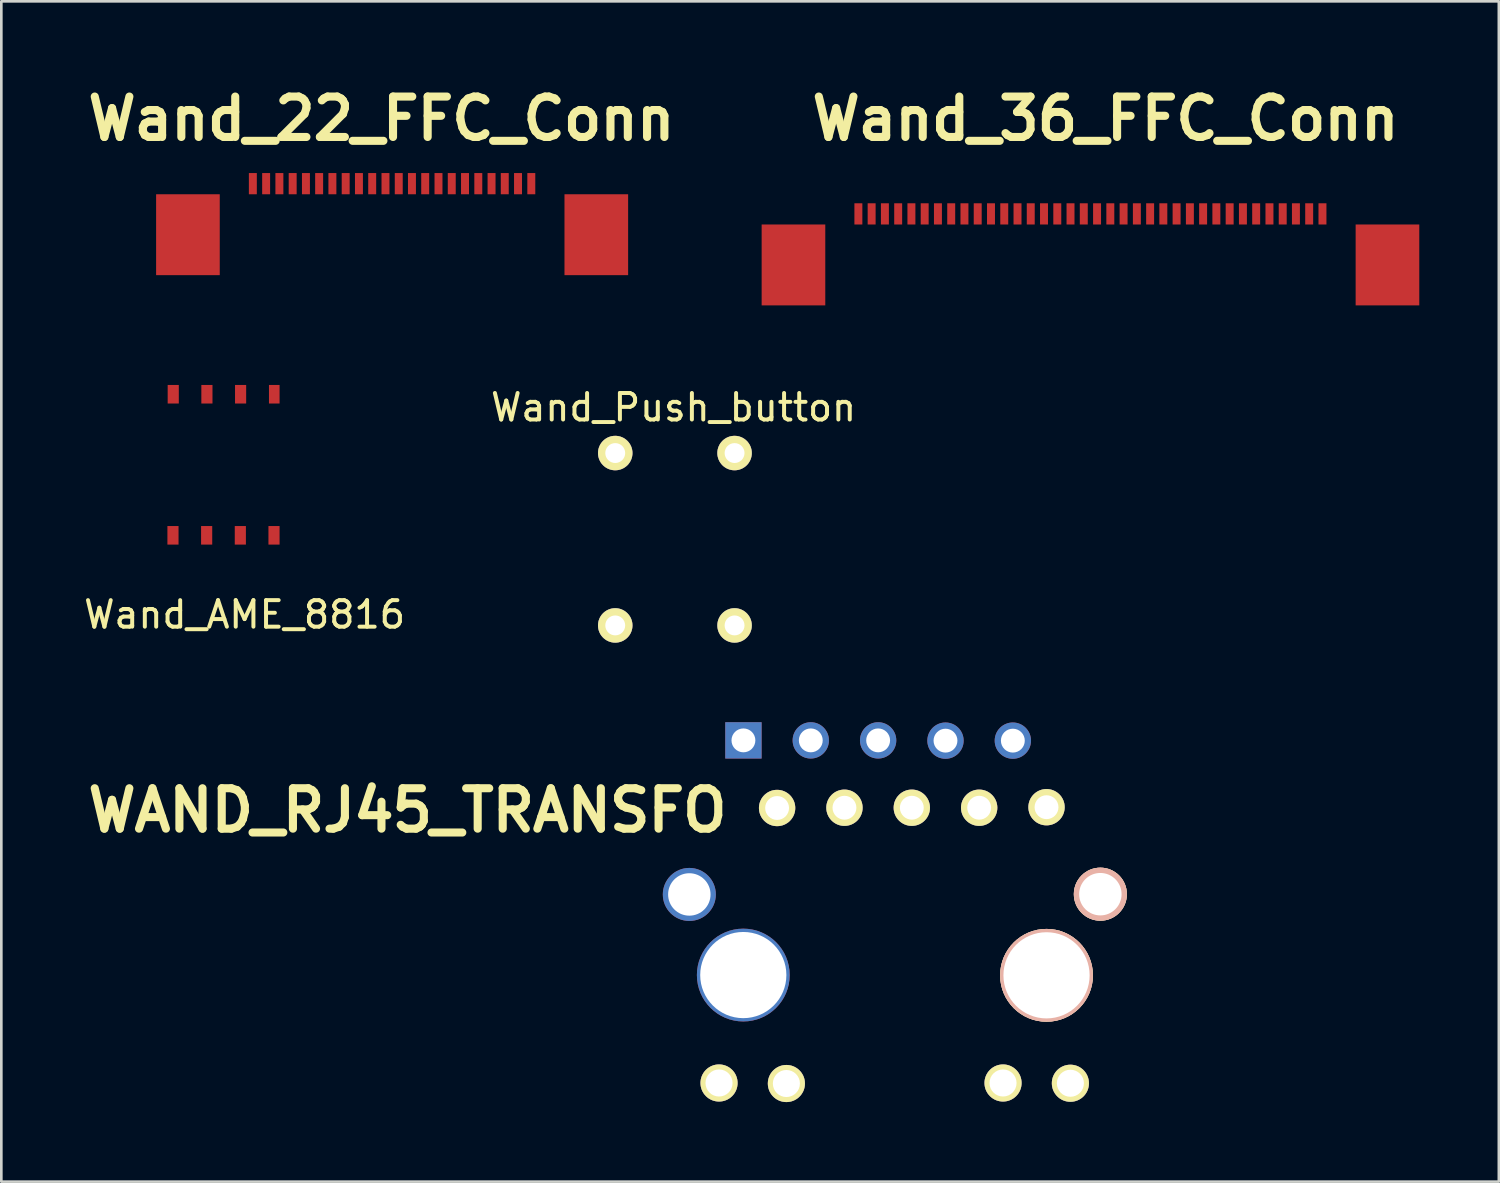
<source format=kicad_pcb>
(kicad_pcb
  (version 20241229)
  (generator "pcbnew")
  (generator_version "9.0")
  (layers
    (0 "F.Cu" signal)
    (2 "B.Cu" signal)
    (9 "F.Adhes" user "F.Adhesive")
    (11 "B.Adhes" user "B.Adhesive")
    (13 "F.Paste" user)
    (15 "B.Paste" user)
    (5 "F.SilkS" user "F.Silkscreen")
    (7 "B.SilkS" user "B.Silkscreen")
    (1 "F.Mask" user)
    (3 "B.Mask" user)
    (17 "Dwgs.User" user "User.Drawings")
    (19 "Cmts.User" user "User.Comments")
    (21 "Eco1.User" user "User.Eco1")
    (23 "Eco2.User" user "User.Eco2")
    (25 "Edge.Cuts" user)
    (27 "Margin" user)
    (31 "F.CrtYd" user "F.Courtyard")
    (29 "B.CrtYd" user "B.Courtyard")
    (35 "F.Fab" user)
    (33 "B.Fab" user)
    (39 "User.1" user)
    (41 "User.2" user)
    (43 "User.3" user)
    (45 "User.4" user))
  (footprint "WAND_RJ45_TRANSFO"
    (layer "F.Cu")
    (at 34.505 24.83)
    (property "Reference" "WAND_RJ45_TRANSFO" (at -22.19 2.68 0) (layer "F.SilkS") (effects (font (size 1.524 1.524) (thickness 0.305))))
    (attr through_hole)
    (pad "1" thru_hole rect (at -9.52 0.04 180) (size 1.37 1.37) (drill 0.9) (layers "*.Cu" "*.Mask"))
    (pad "2" thru_hole circle (at -8.25 2.59 180) (size 1.37 1.37) (drill 0.9) (layers "*.Cu" "*.Mask" "F.SilkS"))
    (pad "3" thru_hole circle (at -6.98 0.04 180) (size 1.37 1.37) (drill 0.9) (layers "*.Cu" "*.Mask"))
    (pad "4" thru_hole circle (at -5.71 2.58 180) (size 1.37 1.37) (drill 0.9) (layers "*.Cu" "*.Mask" "F.SilkS"))
    (pad "5" thru_hole circle (at -4.44 0.04 180) (size 1.37 1.37) (drill 0.9) (layers "*.Cu" "*.Mask"))
    (pad "6" thru_hole circle (at -3.17 2.58 180) (size 1.37 1.37) (drill 0.9) (layers "*.Cu" "*.Mask" "F.SilkS"))
    (pad "7" thru_hole circle (at -1.9 0.05 180) (size 1.37 1.37) (drill 0.9) (layers "*.Cu" "*.Mask"))
    (pad "8" thru_hole circle (at -0.63 2.58 180) (size 1.37 1.37) (drill 0.9) (layers "*.Cu" "*.Mask" "F.SilkS"))
    (pad "9" thru_hole circle (at 0.64 0.05 180) (size 1.37 1.37) (drill 0.9) (layers "*.Cu" "*.Mask"))
    (pad "10" thru_hole circle (at 1.91 2.56 180) (size 1.37 1.37) (drill 0.9) (layers "*.Cu" "*.Mask" "F.SilkS"))
    (pad "H1" thru_hole circle (at -11.56 5.85) (size 2 2) (drill 1.6) (layers "*.Cu" "*.Mask"))
    (pad "H2" thru_hole circle (at 3.94 5.84) (size 2 2) (drill 1.6) (layers "*.Cu" "*.SilkS" "*.Mask"))
    (pad "Hole" thru_hole circle (at -9.525 8.89) (size 3.5 3.5) (drill 3.25) (layers "*.Cu" "*.Mask"))
    (pad "Hole" thru_hole circle (at 1.91 8.9) (size 3.5 3.5) (drill 3.25) (layers "*.Cu" "*.SilkS" "*.Mask"))
    (pad "L1" thru_hole circle (at -7.9 12.98 270) (size 1.4 1.4) (drill 1.02) (layers "*.Cu" "*.Mask" "F.SilkS"))
    (pad "L2" thru_hole circle (at -10.44 12.96 270) (size 1.4 1.4) (drill 1.02) (layers "*.Cu" "*.Mask" "F.SilkS"))
    (pad "L3" thru_hole circle (at 2.81 12.97 90) (size 1.4 1.4) (drill 1.02) (layers "*.Cu" "*.Mask" "F.SilkS"))
    (pad "L4" thru_hole circle (at 0.27 12.96 90) (size 1.4 1.4) (drill 1.02) (layers "*.Cu" "*.Mask" "F.SilkS")))
  (footprint "Wand_Push_button"
    (layer "F.Cu")
    (at 22.351 17.285)
    (property "Reference" "Wand_Push_button" (at 0 -4.97 0) (layer "F.SilkS") (effects (font (size 1 1) (thickness 0.15))))
    (attr through_hole)
    (pad "1" thru_hole circle (at 2.3 -3.25) (size 1.3 1.3) (drill 0.75) (layers "*.Cu" "*.Mask" "F.SilkS"))
    (pad "2" thru_hole circle (at 2.3 3.25) (size 1.3 1.3) (drill 0.75) (layers "*.Cu" "*.Mask" "F.SilkS"))
    (pad "3" thru_hole circle (at -2.2 -3.25) (size 1.3 1.3) (drill 0.75) (layers "*.Cu" "*.Mask" "F.SilkS"))
    (pad "4" thru_hole circle (at -2.2 3.25) (size 1.3 1.3) (drill 0.75) (layers "*.Cu" "*.Mask" "F.SilkS")))
  (footprint "Wand_22_FFC_Conn"
    (layer "F.Cu")
    (at 12.236 3.876)
    (property "Reference" "Wand_22_FFC_Conn" (at -0.9 -2.45 0) (layer "F.SilkS") (effects (font (size 1.524 1.524) (thickness 0.305))))
    (attr through_hole)
    (pad "" smd rect (at -8.199 1.925) (size 2.4 3.051) (layers "F.Cu" "F.Mask" "F.Paste"))
    (pad "" smd rect (at 7.201 1.925) (size 2.4 3.051) (layers "F.Cu" "F.Mask" "F.Paste"))
    (pad "1" smd rect (at 4.75 0) (size 0.3 0.8) (layers "F.Cu" "F.Mask" "F.Paste"))
    (pad "2" smd rect (at 4.249 0) (size 0.3 0.8) (layers "F.Cu" "F.Mask" "F.Paste"))
    (pad "3" smd rect (at 3.749 0) (size 0.3 0.8) (layers "F.Cu" "F.Mask" "F.Paste"))
    (pad "4" smd rect (at 3.251 0) (size 0.3 0.8) (layers "F.Cu" "F.Mask" "F.Paste"))
    (pad "5" smd rect (at 2.751 0) (size 0.3 0.8) (layers "F.Cu" "F.Mask" "F.Paste"))
    (pad "6" smd rect (at 2.25 0) (size 0.3 0.8) (layers "F.Cu" "F.Mask" "F.Paste"))
    (pad "7" smd rect (at 1.75 0) (size 0.3 0.8) (layers "F.Cu" "F.Mask" "F.Paste"))
    (pad "8" smd rect (at 1.25 0) (size 0.3 0.8) (layers "F.Cu" "F.Mask" "F.Paste"))
    (pad "9" smd rect (at 0.749 0) (size 0.3 0.8) (layers "F.Cu" "F.Mask" "F.Paste"))
    (pad "10" smd rect (at 0.249 0) (size 0.3 0.8) (layers "F.Cu" "F.Mask" "F.Paste"))
    (pad "11" smd rect (at -0.249 0) (size 0.3 0.8) (layers "F.Cu" "F.Mask" "F.Paste"))
    (pad "12" smd rect (at -0.749 0) (size 0.3 0.8) (layers "F.Cu" "F.Mask" "F.Paste"))
    (pad "13" smd rect (at -1.25 0) (size 0.3 0.8) (layers "F.Cu" "F.Mask" "F.Paste"))
    (pad "14" smd rect (at -1.75 0) (size 0.3 0.8) (layers "F.Cu" "F.Mask" "F.Paste"))
    (pad "15" smd rect (at -2.25 0) (size 0.3 0.8) (layers "F.Cu" "F.Mask" "F.Paste"))
    (pad "16" smd rect (at -2.751 0) (size 0.3 0.8) (layers "F.Cu" "F.Mask" "F.Paste"))
    (pad "17" smd rect (at -3.251 0) (size 0.3 0.8) (layers "F.Cu" "F.Mask" "F.Paste"))
    (pad "18" smd rect (at -3.749 0) (size 0.3 0.8) (layers "F.Cu" "F.Mask" "F.Paste"))
    (pad "19" smd rect (at -4.249 0) (size 0.3 0.8) (layers "F.Cu" "F.Mask" "F.Paste"))
    (pad "20" smd rect (at -4.75 0) (size 0.3 0.8) (layers "F.Cu" "F.Mask" "F.Paste"))
    (pad "21" smd rect (at -5.25 0) (size 0.3 0.8) (layers "F.Cu" "F.Mask" "F.Paste"))
    (pad "22" smd rect (at -5.751 0) (size 0.3 0.8) (layers "F.Cu" "F.Mask" "F.Paste")))
  (footprint "Wand_AME_8816"
    (layer "F.Cu")
    (at 6.023 15.627)
    (property "Reference" "Wand_AME_8816" (at 0.15 4.5 0) (layer "F.SilkS") (effects (font (size 1 1) (thickness 0.15))))
    (attr through_hole)
    (pad "1" smd rect (at -2.55 1.51) (size 0.42 0.7) (layers "F.Cu" "F.Mask" "F.Paste"))
    (pad "2" smd rect (at -1.28 1.51) (size 0.42 0.7) (layers "F.Cu" "F.Mask" "F.Paste"))
    (pad "3" smd rect (at -0.01 1.51) (size 0.42 0.7) (layers "F.Cu" "F.Mask" "F.Paste"))
    (pad "4" smd rect (at 1.26 1.51) (size 0.42 0.7) (layers "F.Cu" "F.Mask" "F.Paste"))
    (pad "5" smd rect (at 1.27 -3.81) (size 0.4 0.7) (layers "F.Cu" "F.Mask" "F.Paste"))
    (pad "6" smd rect (at 0 -3.81) (size 0.42 0.7) (layers "F.Cu" "F.Mask" "F.Paste"))
    (pad "7" smd rect (at -1.27 -3.81) (size 0.42 0.7) (layers "F.Cu" "F.Mask" "F.Paste"))
    (pad "8" smd rect (at -2.54 -3.81) (size 0.42 0.7) (layers "F.Cu" "F.Mask" "F.Paste")))
  (footprint "Wand_36_FFC_Conn"
    (layer "F.Cu")
    (at 42.071 5.016)
    (property "Reference" "Wand_36_FFC_Conn" (at -3.43 -3.59 0) (layer "F.SilkS") (effects (font (size 1.524 1.524) (thickness 0.305))))
    (attr through_hole)
    (pad "" smd rect (at -15.199 1.925) (size 2.4 3.051) (layers "F.Cu" "F.Mask" "F.Paste"))
    (pad "" smd rect (at 7.201 1.925) (size 2.4 3.051) (layers "F.Cu" "F.Mask" "F.Paste"))
    (pad "1" smd rect (at 4.75 0) (size 0.3 0.8) (layers "F.Cu" "F.Mask" "F.Paste"))
    (pad "2" smd rect (at 4.249 0) (size 0.3 0.8) (layers "F.Cu" "F.Mask" "F.Paste"))
    (pad "3" smd rect (at 3.749 0) (size 0.3 0.8) (layers "F.Cu" "F.Mask" "F.Paste"))
    (pad "4" smd rect (at 3.251 0) (size 0.3 0.8) (layers "F.Cu" "F.Mask" "F.Paste"))
    (pad "5" smd rect (at 2.751 0) (size 0.3 0.8) (layers "F.Cu" "F.Mask" "F.Paste"))
    (pad "6" smd rect (at 2.25 0) (size 0.3 0.8) (layers "F.Cu" "F.Mask" "F.Paste"))
    (pad "7" smd rect (at 1.75 0) (size 0.3 0.8) (layers "F.Cu" "F.Mask" "F.Paste"))
    (pad "8" smd rect (at 1.25 0) (size 0.3 0.8) (layers "F.Cu" "F.Mask" "F.Paste"))
    (pad "9" smd rect (at 0.749 0) (size 0.3 0.8) (layers "F.Cu" "F.Mask" "F.Paste"))
    (pad "10" smd rect (at 0.249 0) (size 0.3 0.8) (layers "F.Cu" "F.Mask" "F.Paste"))
    (pad "11" smd rect (at -0.25 0) (size 0.3 0.8) (layers "F.Cu" "F.Mask" "F.Paste"))
    (pad "12" smd rect (at -0.751 0) (size 0.3 0.8) (layers "F.Cu" "F.Mask" "F.Paste"))
    (pad "13" smd rect (at -1.251 0) (size 0.3 0.8) (layers "F.Cu" "F.Mask" "F.Paste"))
    (pad "14" smd rect (at -1.749 0) (size 0.3 0.8) (layers "F.Cu" "F.Mask" "F.Paste"))
    (pad "15" smd rect (at -2.249 0) (size 0.3 0.8) (layers "F.Cu" "F.Mask" "F.Paste"))
    (pad "16" smd rect (at -2.75 0) (size 0.3 0.8) (layers "F.Cu" "F.Mask" "F.Paste"))
    (pad "17" smd rect (at -3.25 0) (size 0.3 0.8) (layers "F.Cu" "F.Mask" "F.Paste"))
    (pad "18" smd rect (at -3.75 0) (size 0.3 0.8) (layers "F.Cu" "F.Mask" "F.Paste"))
    (pad "19" smd rect (at -4.251 0) (size 0.3 0.8) (layers "F.Cu" "F.Mask" "F.Paste"))
    (pad "20" smd rect (at -4.751 0) (size 0.3 0.8) (layers "F.Cu" "F.Mask" "F.Paste"))
    (pad "21" smd rect (at -5.25 0) (size 0.3 0.8) (layers "F.Cu" "F.Mask" "F.Paste"))
    (pad "22" smd rect (at -5.751 0) (size 0.3 0.8) (layers "F.Cu" "F.Mask" "F.Paste"))
    (pad "23" smd rect (at -6.251 0) (size 0.3 0.8) (layers "F.Cu" "F.Mask" "F.Paste"))
    (pad "24" smd rect (at -6.75 0) (size 0.3 0.8) (layers "F.Cu" "F.Mask" "F.Paste"))
    (pad "25" smd rect (at -7.25 0) (size 0.3 0.8) (layers "F.Cu" "F.Mask" "F.Paste"))
    (pad "26" smd rect (at -7.75 0) (size 0.3 0.8) (layers "F.Cu" "F.Mask" "F.Paste"))
    (pad "27" smd rect (at -8.251 0) (size 0.3 0.8) (layers "F.Cu" "F.Mask" "F.Paste"))
    (pad "28" smd rect (at -8.751 0) (size 0.3 0.8) (layers "F.Cu" "F.Mask" "F.Paste"))
    (pad "29" smd rect (at -9.25 0) (size 0.3 0.8) (layers "F.Cu" "F.Mask" "F.Paste"))
    (pad "30" smd rect (at -9.751 0) (size 0.3 0.8) (layers "F.Cu" "F.Mask" "F.Paste"))
    (pad "31" smd rect (at -10.251 0) (size 0.3 0.8) (layers "F.Cu" "F.Mask" "F.Paste"))
    (pad "32" smd rect (at -10.751 0) (size 0.3 0.8) (layers "F.Cu" "F.Mask" "F.Paste"))
    (pad "33" smd rect (at -11.25 0) (size 0.3 0.8) (layers "F.Cu" "F.Mask" "F.Paste"))
    (pad "34" smd rect (at -11.751 0) (size 0.3 0.8) (layers "F.Cu" "F.Mask" "F.Paste"))
    (pad "35" smd rect (at -12.251 0) (size 0.3 0.8) (layers "F.Cu" "F.Mask" "F.Paste"))
    (pad "36" smd rect (at -12.751 0) (size 0.3 0.8) (layers "F.Cu" "F.Mask" "F.Paste")))
  (gr_rect
    (start -3 -3)
    (end 53.472 41.51)
    (stroke (width 0.1) (type default))
    (fill no)
    (layer "Edge.Cuts")))
</source>
